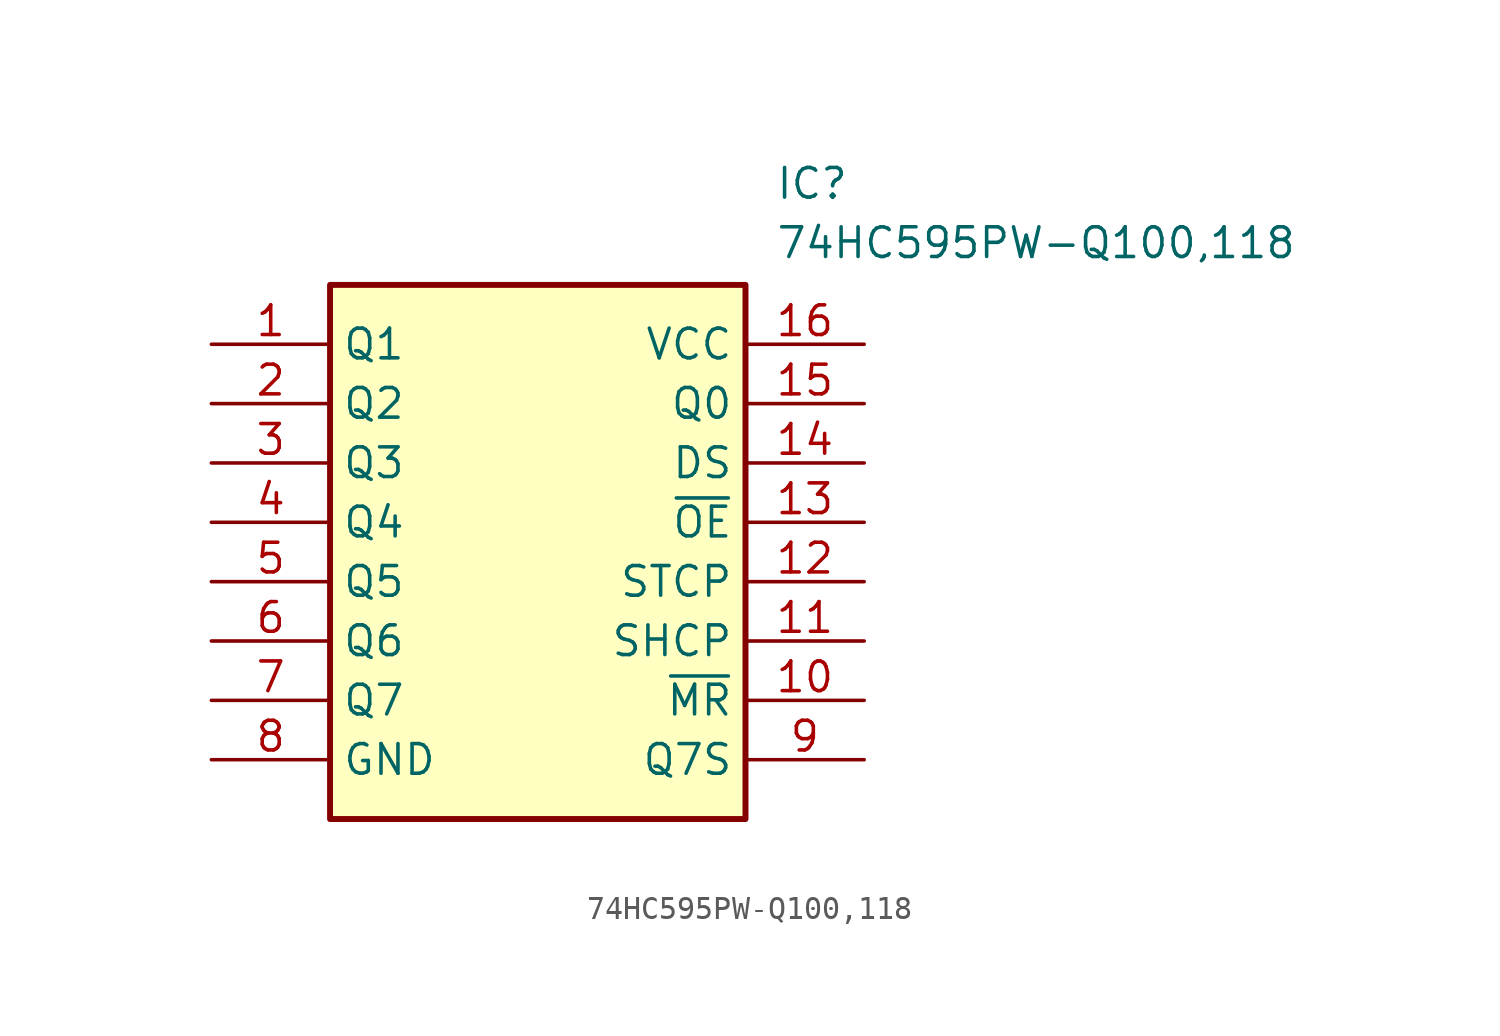
<source format=kicad_sym>
(kicad_symbol_lib
  (version 20211014)
  (generator SamacSys_ECAD_Model)
  (symbol "74HC595PW-Q100,118"
    (property "Reference" "IC"
      (at 24.13 7.62 0)
      (effects (font (size 1.27 1.27)) (justify left top)))
    (property "Value" "74HC595PW-Q100,118"
      (at 24.13 5.08 0)
      (effects (font (size 1.27 1.27)) (justify left top)))
    (rectangle
      (start 5.08 2.54)
      (end 22.86 -20.32)
      (stroke (width 0.254) (type default))
      (fill (type background)))
    (pin passive line
      (at 0 0 0)
      (length 5.08)
      (name "Q1" (effects (font (size 1.27 1.27))))
      (number "1" (effects (font (size 1.27 1.27)))))
    (pin passive line
      (at 0 -2.54 0)
      (length 5.08)
      (name "Q2" (effects (font (size 1.27 1.27))))
      (number "2" (effects (font (size 1.27 1.27)))))
    (pin passive line
      (at 0 -5.08 0)
      (length 5.08)
      (name "Q3" (effects (font (size 1.27 1.27))))
      (number "3" (effects (font (size 1.27 1.27)))))
    (pin passive line
      (at 0 -7.62 0)
      (length 5.08)
      (name "Q4" (effects (font (size 1.27 1.27))))
      (number "4" (effects (font (size 1.27 1.27)))))
    (pin passive line
      (at 0 -10.16 0)
      (length 5.08)
      (name "Q5" (effects (font (size 1.27 1.27))))
      (number "5" (effects (font (size 1.27 1.27)))))
    (pin passive line
      (at 0 -12.7 0)
      (length 5.08)
      (name "Q6" (effects (font (size 1.27 1.27))))
      (number "6" (effects (font (size 1.27 1.27)))))
    (pin passive line
      (at 0 -15.24 0)
      (length 5.08)
      (name "Q7" (effects (font (size 1.27 1.27))))
      (number "7" (effects (font (size 1.27 1.27)))))
    (pin passive line
      (at 0 -17.78 0)
      (length 5.08)
      (name "GND" (effects (font (size 1.27 1.27))))
      (number "8" (effects (font (size 1.27 1.27)))))
    (pin passive line
      (at 27.94 0 180)
      (length 5.08)
      (name "VCC" (effects (font (size 1.27 1.27))))
      (number "16" (effects (font (size 1.27 1.27)))))
    (pin passive line
      (at 27.94 -2.54 180)
      (length 5.08)
      (name "Q0" (effects (font (size 1.27 1.27))))
      (number "15" (effects (font (size 1.27 1.27)))))
    (pin passive line
      (at 27.94 -5.08 180)
      (length 5.08)
      (name "DS" (effects (font (size 1.27 1.27))))
      (number "14" (effects (font (size 1.27 1.27)))))
    (pin passive line
      (at 27.94 -7.62 180)
      (length 5.08)
      (name "~{OE}" (effects (font (size 1.27 1.27))))
      (number "13" (effects (font (size 1.27 1.27)))))
    (pin passive line
      (at 27.94 -10.16 180)
      (length 5.08)
      (name "STCP" (effects (font (size 1.27 1.27))))
      (number "12" (effects (font (size 1.27 1.27)))))
    (pin passive line
      (at 27.94 -12.7 180)
      (length 5.08)
      (name "SHCP" (effects (font (size 1.27 1.27))))
      (number "11" (effects (font (size 1.27 1.27)))))
    (pin passive line
      (at 27.94 -15.24 180)
      (length 5.08)
      (name "~{MR}" (effects (font (size 1.27 1.27))))
      (number "10" (effects (font (size 1.27 1.27)))))
    (pin passive line
      (at 27.94 -17.78 180)
      (length 5.08)
      (name "Q7S" (effects (font (size 1.27 1.27))))
      (number "9" (effects (font (size 1.27 1.27)))))))
</source>
